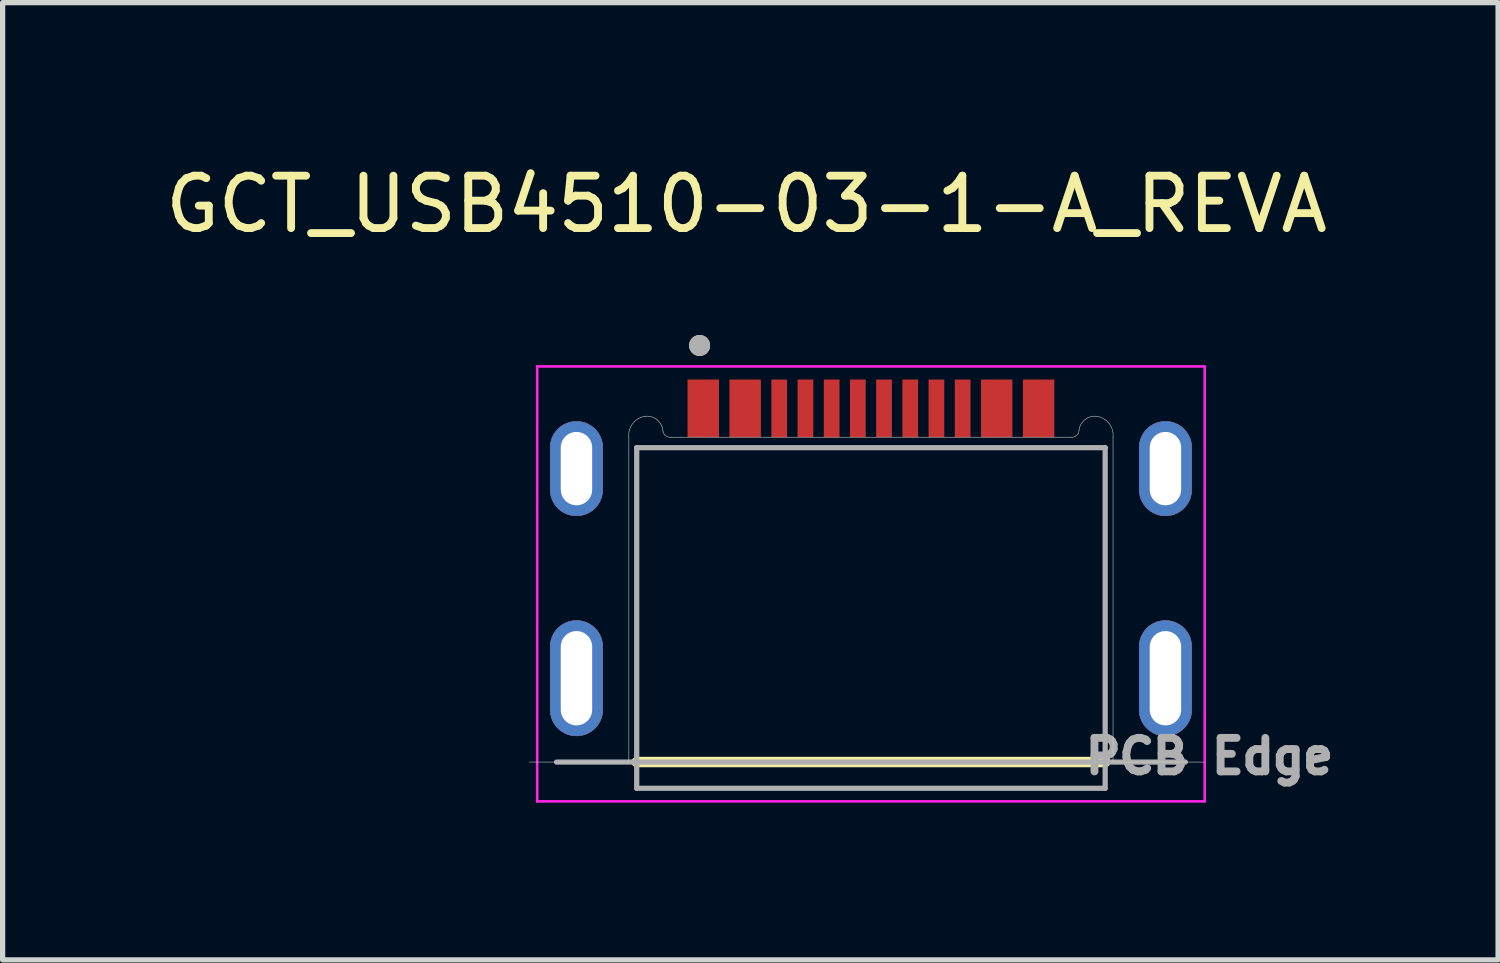
<source format=kicad_pcb>
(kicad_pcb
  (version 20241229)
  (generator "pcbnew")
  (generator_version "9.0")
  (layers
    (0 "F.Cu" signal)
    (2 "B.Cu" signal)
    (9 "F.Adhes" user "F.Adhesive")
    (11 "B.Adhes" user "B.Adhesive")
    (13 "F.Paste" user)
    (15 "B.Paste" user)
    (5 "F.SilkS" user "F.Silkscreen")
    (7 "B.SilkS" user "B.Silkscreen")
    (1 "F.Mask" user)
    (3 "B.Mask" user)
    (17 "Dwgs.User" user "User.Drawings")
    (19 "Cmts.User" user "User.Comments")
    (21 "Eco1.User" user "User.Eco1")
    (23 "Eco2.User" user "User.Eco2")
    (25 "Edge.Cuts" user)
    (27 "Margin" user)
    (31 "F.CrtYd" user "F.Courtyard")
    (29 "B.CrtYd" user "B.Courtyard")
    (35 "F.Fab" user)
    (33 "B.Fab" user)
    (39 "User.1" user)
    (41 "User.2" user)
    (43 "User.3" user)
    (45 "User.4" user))
  (footprint "GCT_USB4510-03-1-A_REVA"
    (layer "F.Cu")
    (at 13.571 9.893)
    (property "Reference" "GCT_USB4510-03-1-A_REVA" (at -2.375 -9.045 0) (layer "F.SilkS") (effects (font (size 1 1) (thickness 0.15))))
    (attr smd)
    (fp_poly (pts (xy -5.62 -3.1) (xy -5.646 -3.101) (xy -5.672 -3.103) (xy -5.698 -3.106) (xy -5.724 -3.111) (xy -5.749 -3.117) (xy -5.775 -3.124) (xy -5.799 -3.133) (xy -5.823 -3.143) (xy -5.847 -3.154) (xy -5.87 -3.167) (xy -5.892 -3.181) (xy -5.914 -3.195) (xy -5.935 -3.211) (xy -5.955 -3.228) (xy -5.974 -3.246) (xy -5.992 -3.265) (xy -6.009 -3.285) (xy -6.025 -3.306) (xy -6.039 -3.328) (xy -6.053 -3.35) (xy -6.066 -3.373) (xy -6.077 -3.397) (xy -6.087 -3.421) (xy -6.096 -3.445) (xy -6.103 -3.471) (xy -6.109 -3.496) (xy -6.114 -3.522) (xy -6.117 -3.548) (xy -6.119 -3.574) (xy -6.12 -3.6) (xy -6.12 -4.4) (xy -6.119 -4.426) (xy -6.117 -4.452) (xy -6.114 -4.478) (xy -6.109 -4.504) (xy -6.103 -4.529) (xy -6.096 -4.555) (xy -6.087 -4.579) (xy -6.077 -4.603) (xy -6.066 -4.627) (xy -6.053 -4.65) (xy -6.039 -4.672) (xy -6.025 -4.694) (xy -6.009 -4.715) (xy -5.992 -4.735) (xy -5.974 -4.754) (xy -5.955 -4.772) (xy -5.935 -4.789) (xy -5.914 -4.805) (xy -5.892 -4.819) (xy -5.87 -4.833) (xy -5.847 -4.846) (xy -5.823 -4.857) (xy -5.799 -4.867) (xy -5.775 -4.876) (xy -5.749 -4.883) (xy -5.724 -4.889) (xy -5.698 -4.894) (xy -5.672 -4.897) (xy -5.646 -4.899) (xy -5.62 -4.9) (xy -5.594 -4.899) (xy -5.568 -4.897) (xy -5.542 -4.894) (xy -5.516 -4.889) (xy -5.491 -4.883) (xy -5.465 -4.876) (xy -5.441 -4.867) (xy -5.417 -4.857) (xy -5.393 -4.846) (xy -5.37 -4.833) (xy -5.348 -4.819) (xy -5.326 -4.805) (xy -5.305 -4.789) (xy -5.285 -4.772) (xy -5.266 -4.754) (xy -5.248 -4.735) (xy -5.231 -4.715) (xy -5.215 -4.694) (xy -5.201 -4.672) (xy -5.187 -4.65) (xy -5.174 -4.627) (xy -5.163 -4.603) (xy -5.153 -4.579) (xy -5.144 -4.555) (xy -5.137 -4.529) (xy -5.131 -4.504) (xy -5.126 -4.478) (xy -5.123 -4.452) (xy -5.121 -4.426) (xy -5.12 -4.4) (xy -5.12 -3.6) (xy -5.121 -3.574) (xy -5.123 -3.548) (xy -5.126 -3.522) (xy -5.131 -3.496) (xy -5.137 -3.471) (xy -5.144 -3.445) (xy -5.153 -3.421) (xy -5.163 -3.397) (xy -5.174 -3.373) (xy -5.187 -3.35) (xy -5.201 -3.328) (xy -5.215 -3.306) (xy -5.231 -3.285) (xy -5.248 -3.265) (xy -5.266 -3.246) (xy -5.285 -3.228) (xy -5.305 -3.211) (xy -5.326 -3.195) (xy -5.348 -3.181) (xy -5.37 -3.167) (xy -5.393 -3.154) (xy -5.417 -3.143) (xy -5.441 -3.133) (xy -5.465 -3.124) (xy -5.491 -3.117) (xy -5.516 -3.111) (xy -5.542 -3.106) (xy -5.568 -3.103) (xy -5.594 -3.101) (xy -5.62 -3.1)) (stroke (width 0.01) (type solid)) (fill yes) (layer "F.Cu"))
    (fp_poly (pts (xy -5.62 1.1) (xy -5.646 1.099) (xy -5.672 1.097) (xy -5.698 1.094) (xy -5.724 1.089) (xy -5.749 1.083) (xy -5.775 1.076) (xy -5.799 1.067) (xy -5.823 1.057) (xy -5.847 1.046) (xy -5.87 1.033) (xy -5.892 1.019) (xy -5.914 1.005) (xy -5.935 0.989) (xy -5.955 0.972) (xy -5.974 0.954) (xy -5.992 0.935) (xy -6.009 0.915) (xy -6.025 0.894) (xy -6.039 0.872) (xy -6.053 0.85) (xy -6.066 0.827) (xy -6.077 0.803) (xy -6.087 0.779) (xy -6.096 0.755) (xy -6.103 0.729) (xy -6.109 0.704) (xy -6.114 0.678) (xy -6.117 0.652) (xy -6.119 0.626) (xy -6.12 0.6) (xy -6.12 -0.6) (xy -6.119 -0.626) (xy -6.117 -0.652) (xy -6.114 -0.678) (xy -6.109 -0.704) (xy -6.103 -0.729) (xy -6.096 -0.755) (xy -6.087 -0.779) (xy -6.077 -0.803) (xy -6.066 -0.827) (xy -6.053 -0.85) (xy -6.039 -0.872) (xy -6.025 -0.894) (xy -6.009 -0.915) (xy -5.992 -0.935) (xy -5.974 -0.954) (xy -5.955 -0.972) (xy -5.935 -0.989) (xy -5.914 -1.005) (xy -5.892 -1.019) (xy -5.87 -1.033) (xy -5.847 -1.046) (xy -5.823 -1.057) (xy -5.799 -1.067) (xy -5.775 -1.076) (xy -5.749 -1.083) (xy -5.724 -1.089) (xy -5.698 -1.094) (xy -5.672 -1.097) (xy -5.646 -1.099) (xy -5.62 -1.1) (xy -5.594 -1.099) (xy -5.568 -1.097) (xy -5.542 -1.094) (xy -5.516 -1.089) (xy -5.491 -1.083) (xy -5.465 -1.076) (xy -5.441 -1.067) (xy -5.417 -1.057) (xy -5.393 -1.046) (xy -5.37 -1.033) (xy -5.348 -1.019) (xy -5.326 -1.005) (xy -5.305 -0.989) (xy -5.285 -0.972) (xy -5.266 -0.954) (xy -5.248 -0.935) (xy -5.231 -0.915) (xy -5.215 -0.894) (xy -5.201 -0.872) (xy -5.187 -0.85) (xy -5.174 -0.827) (xy -5.163 -0.803) (xy -5.153 -0.779) (xy -5.144 -0.755) (xy -5.137 -0.729) (xy -5.131 -0.704) (xy -5.126 -0.678) (xy -5.123 -0.652) (xy -5.121 -0.626) (xy -5.12 -0.6) (xy -5.12 0.6) (xy -5.121 0.626) (xy -5.123 0.652) (xy -5.126 0.678) (xy -5.131 0.704) (xy -5.137 0.729) (xy -5.144 0.755) (xy -5.153 0.779) (xy -5.163 0.803) (xy -5.174 0.827) (xy -5.187 0.85) (xy -5.201 0.872) (xy -5.215 0.894) (xy -5.231 0.915) (xy -5.248 0.935) (xy -5.266 0.954) (xy -5.285 0.972) (xy -5.305 0.989) (xy -5.326 1.005) (xy -5.348 1.019) (xy -5.37 1.033) (xy -5.393 1.046) (xy -5.417 1.057) (xy -5.441 1.067) (xy -5.465 1.076) (xy -5.491 1.083) (xy -5.516 1.089) (xy -5.542 1.094) (xy -5.568 1.097) (xy -5.594 1.099) (xy -5.62 1.1)) (stroke (width 0.01) (type solid)) (fill yes) (layer "F.Cu"))
    (fp_poly (pts (xy 5.62 -3.1) (xy 5.594 -3.101) (xy 5.568 -3.103) (xy 5.542 -3.106) (xy 5.516 -3.111) (xy 5.491 -3.117) (xy 5.465 -3.124) (xy 5.441 -3.133) (xy 5.417 -3.143) (xy 5.393 -3.154) (xy 5.37 -3.167) (xy 5.348 -3.181) (xy 5.326 -3.195) (xy 5.305 -3.211) (xy 5.285 -3.228) (xy 5.266 -3.246) (xy 5.248 -3.265) (xy 5.231 -3.285) (xy 5.215 -3.306) (xy 5.201 -3.328) (xy 5.187 -3.35) (xy 5.174 -3.373) (xy 5.163 -3.397) (xy 5.153 -3.421) (xy 5.144 -3.445) (xy 5.137 -3.471) (xy 5.131 -3.496) (xy 5.126 -3.522) (xy 5.123 -3.548) (xy 5.121 -3.574) (xy 5.12 -3.6) (xy 5.12 -4.4) (xy 5.121 -4.426) (xy 5.123 -4.452) (xy 5.126 -4.478) (xy 5.131 -4.504) (xy 5.137 -4.529) (xy 5.144 -4.555) (xy 5.153 -4.579) (xy 5.163 -4.603) (xy 5.174 -4.627) (xy 5.187 -4.65) (xy 5.201 -4.672) (xy 5.215 -4.694) (xy 5.231 -4.715) (xy 5.248 -4.735) (xy 5.266 -4.754) (xy 5.285 -4.772) (xy 5.305 -4.789) (xy 5.326 -4.805) (xy 5.348 -4.819) (xy 5.37 -4.833) (xy 5.393 -4.846) (xy 5.417 -4.857) (xy 5.441 -4.867) (xy 5.465 -4.876) (xy 5.491 -4.883) (xy 5.516 -4.889) (xy 5.542 -4.894) (xy 5.568 -4.897) (xy 5.594 -4.899) (xy 5.62 -4.9) (xy 5.646 -4.899) (xy 5.672 -4.897) (xy 5.698 -4.894) (xy 5.724 -4.889) (xy 5.749 -4.883) (xy 5.775 -4.876) (xy 5.799 -4.867) (xy 5.823 -4.857) (xy 5.847 -4.846) (xy 5.87 -4.833) (xy 5.892 -4.819) (xy 5.914 -4.805) (xy 5.935 -4.789) (xy 5.955 -4.772) (xy 5.974 -4.754) (xy 5.992 -4.735) (xy 6.009 -4.715) (xy 6.025 -4.694) (xy 6.039 -4.672) (xy 6.053 -4.65) (xy 6.066 -4.627) (xy 6.077 -4.603) (xy 6.087 -4.579) (xy 6.096 -4.555) (xy 6.103 -4.529) (xy 6.109 -4.504) (xy 6.114 -4.478) (xy 6.117 -4.452) (xy 6.119 -4.426) (xy 6.12 -4.4) (xy 6.12 -3.6) (xy 6.119 -3.574) (xy 6.117 -3.548) (xy 6.114 -3.522) (xy 6.109 -3.496) (xy 6.103 -3.471) (xy 6.096 -3.445) (xy 6.087 -3.421) (xy 6.077 -3.397) (xy 6.066 -3.373) (xy 6.053 -3.35) (xy 6.039 -3.328) (xy 6.025 -3.306) (xy 6.009 -3.285) (xy 5.992 -3.265) (xy 5.974 -3.246) (xy 5.955 -3.228) (xy 5.935 -3.211) (xy 5.914 -3.195) (xy 5.892 -3.181) (xy 5.87 -3.167) (xy 5.847 -3.154) (xy 5.823 -3.143) (xy 5.799 -3.133) (xy 5.775 -3.124) (xy 5.749 -3.117) (xy 5.724 -3.111) (xy 5.698 -3.106) (xy 5.672 -3.103) (xy 5.646 -3.101) (xy 5.62 -3.1)) (stroke (width 0.01) (type solid)) (fill yes) (layer "F.Cu"))
    (fp_poly (pts (xy 5.62 1.1) (xy 5.594 1.099) (xy 5.568 1.097) (xy 5.542 1.094) (xy 5.516 1.089) (xy 5.491 1.083) (xy 5.465 1.076) (xy 5.441 1.067) (xy 5.417 1.057) (xy 5.393 1.046) (xy 5.37 1.033) (xy 5.348 1.019) (xy 5.326 1.005) (xy 5.305 0.989) (xy 5.285 0.972) (xy 5.266 0.954) (xy 5.248 0.935) (xy 5.231 0.915) (xy 5.215 0.894) (xy 5.201 0.872) (xy 5.187 0.85) (xy 5.174 0.827) (xy 5.163 0.803) (xy 5.153 0.779) (xy 5.144 0.755) (xy 5.137 0.729) (xy 5.131 0.704) (xy 5.126 0.678) (xy 5.123 0.652) (xy 5.121 0.626) (xy 5.12 0.6) (xy 5.12 -0.6) (xy 5.121 -0.626) (xy 5.123 -0.652) (xy 5.126 -0.678) (xy 5.131 -0.704) (xy 5.137 -0.729) (xy 5.144 -0.755) (xy 5.153 -0.779) (xy 5.163 -0.803) (xy 5.174 -0.827) (xy 5.187 -0.85) (xy 5.201 -0.872) (xy 5.215 -0.894) (xy 5.231 -0.915) (xy 5.248 -0.935) (xy 5.266 -0.954) (xy 5.285 -0.972) (xy 5.305 -0.989) (xy 5.326 -1.005) (xy 5.348 -1.019) (xy 5.37 -1.033) (xy 5.393 -1.046) (xy 5.417 -1.057) (xy 5.441 -1.067) (xy 5.465 -1.076) (xy 5.491 -1.083) (xy 5.516 -1.089) (xy 5.542 -1.094) (xy 5.568 -1.097) (xy 5.594 -1.099) (xy 5.62 -1.1) (xy 5.646 -1.099) (xy 5.672 -1.097) (xy 5.698 -1.094) (xy 5.724 -1.089) (xy 5.749 -1.083) (xy 5.775 -1.076) (xy 5.799 -1.067) (xy 5.823 -1.057) (xy 5.847 -1.046) (xy 5.87 -1.033) (xy 5.892 -1.019) (xy 5.914 -1.005) (xy 5.935 -0.989) (xy 5.955 -0.972) (xy 5.974 -0.954) (xy 5.992 -0.935) (xy 6.009 -0.915) (xy 6.025 -0.894) (xy 6.039 -0.872) (xy 6.053 -0.85) (xy 6.066 -0.827) (xy 6.077 -0.803) (xy 6.087 -0.779) (xy 6.096 -0.755) (xy 6.103 -0.729) (xy 6.109 -0.704) (xy 6.114 -0.678) (xy 6.117 -0.652) (xy 6.119 -0.626) (xy 6.12 -0.6) (xy 6.12 0.6) (xy 6.119 0.626) (xy 6.117 0.652) (xy 6.114 0.678) (xy 6.109 0.704) (xy 6.103 0.729) (xy 6.096 0.755) (xy 6.087 0.779) (xy 6.077 0.803) (xy 6.066 0.827) (xy 6.053 0.85) (xy 6.039 0.872) (xy 6.025 0.894) (xy 6.009 0.915) (xy 5.992 0.935) (xy 5.974 0.954) (xy 5.955 0.972) (xy 5.935 0.989) (xy 5.914 1.005) (xy 5.892 1.019) (xy 5.87 1.033) (xy 5.847 1.046) (xy 5.823 1.057) (xy 5.799 1.067) (xy 5.775 1.076) (xy 5.749 1.083) (xy 5.724 1.089) (xy 5.698 1.094) (xy 5.672 1.097) (xy 5.646 1.099) (xy 5.62 1.1)) (stroke (width 0.01) (type solid)) (fill yes) (layer "F.Cu"))
    (fp_poly (pts (xy -6.22 -3.6) (xy -6.22 -4.4) (xy -6.219 -4.431) (xy -6.217 -4.463) (xy -6.213 -4.494) (xy -6.207 -4.525) (xy -6.2 -4.555) (xy -6.191 -4.585) (xy -6.18 -4.615) (xy -6.168 -4.644) (xy -6.155 -4.672) (xy -6.14 -4.7) (xy -6.123 -4.727) (xy -6.105 -4.753) (xy -6.086 -4.778) (xy -6.066 -4.801) (xy -6.044 -4.824) (xy -6.021 -4.846) (xy -5.998 -4.866) (xy -5.973 -4.885) (xy -5.947 -4.903) (xy -5.92 -4.92) (xy -5.892 -4.935) (xy -5.864 -4.948) (xy -5.835 -4.96) (xy -5.805 -4.971) (xy -5.775 -4.98) (xy -5.745 -4.987) (xy -5.714 -4.993) (xy -5.683 -4.997) (xy -5.651 -4.999) (xy -5.62 -5) (xy -5.589 -4.999) (xy -5.557 -4.997) (xy -5.526 -4.993) (xy -5.495 -4.987) (xy -5.465 -4.98) (xy -5.435 -4.971) (xy -5.405 -4.96) (xy -5.376 -4.948) (xy -5.348 -4.935) (xy -5.32 -4.92) (xy -5.293 -4.903) (xy -5.267 -4.885) (xy -5.242 -4.866) (xy -5.219 -4.846) (xy -5.196 -4.824) (xy -5.174 -4.801) (xy -5.154 -4.778) (xy -5.135 -4.753) (xy -5.117 -4.727) (xy -5.1 -4.7) (xy -5.085 -4.672) (xy -5.072 -4.644) (xy -5.06 -4.615) (xy -5.049 -4.585) (xy -5.04 -4.555) (xy -5.033 -4.525) (xy -5.027 -4.494) (xy -5.023 -4.463) (xy -5.021 -4.431) (xy -5.02 -4.4) (xy -5.02 -3.6) (xy -5.021 -3.569) (xy -5.023 -3.537) (xy -5.027 -3.506) (xy -5.033 -3.475) (xy -5.04 -3.445) (xy -5.049 -3.415) (xy -5.06 -3.385) (xy -5.072 -3.356) (xy -5.085 -3.328) (xy -5.1 -3.3) (xy -5.117 -3.273) (xy -5.135 -3.247) (xy -5.154 -3.222) (xy -5.174 -3.199) (xy -5.196 -3.176) (xy -5.219 -3.154) (xy -5.242 -3.134) (xy -5.267 -3.115) (xy -5.293 -3.097) (xy -5.32 -3.08) (xy -5.348 -3.065) (xy -5.376 -3.052) (xy -5.405 -3.04) (xy -5.435 -3.029) (xy -5.465 -3.02) (xy -5.495 -3.013) (xy -5.526 -3.007) (xy -5.557 -3.003) (xy -5.589 -3.001) (xy -5.62 -3) (xy -5.651 -3.001) (xy -5.683 -3.003) (xy -5.714 -3.007) (xy -5.745 -3.013) (xy -5.775 -3.02) (xy -5.805 -3.029) (xy -5.835 -3.04) (xy -5.864 -3.052) (xy -5.892 -3.065) (xy -5.92 -3.08) (xy -5.947 -3.097) (xy -5.973 -3.115) (xy -5.998 -3.134) (xy -6.021 -3.154) (xy -6.044 -3.176) (xy -6.066 -3.199) (xy -6.086 -3.222) (xy -6.105 -3.247) (xy -6.123 -3.273) (xy -6.14 -3.3) (xy -6.155 -3.328) (xy -6.168 -3.356) (xy -6.18 -3.385) (xy -6.191 -3.415) (xy -6.2 -3.445) (xy -6.207 -3.475) (xy -6.213 -3.506) (xy -6.217 -3.537) (xy -6.219 -3.569) (xy -6.22 -3.6)) (stroke (width 0.01) (type solid)) (fill yes) (layer "F.Mask"))
    (fp_poly (pts (xy -6.22 0.6) (xy -6.22 -0.6) (xy -6.219 -0.631) (xy -6.217 -0.663) (xy -6.213 -0.694) (xy -6.207 -0.725) (xy -6.2 -0.755) (xy -6.191 -0.785) (xy -6.18 -0.815) (xy -6.168 -0.844) (xy -6.155 -0.872) (xy -6.14 -0.9) (xy -6.123 -0.927) (xy -6.105 -0.953) (xy -6.086 -0.978) (xy -6.066 -1.001) (xy -6.044 -1.024) (xy -6.021 -1.046) (xy -5.998 -1.066) (xy -5.973 -1.085) (xy -5.947 -1.103) (xy -5.92 -1.12) (xy -5.892 -1.135) (xy -5.864 -1.148) (xy -5.835 -1.16) (xy -5.805 -1.171) (xy -5.775 -1.18) (xy -5.745 -1.187) (xy -5.714 -1.193) (xy -5.683 -1.197) (xy -5.651 -1.199) (xy -5.62 -1.2) (xy -5.589 -1.199) (xy -5.557 -1.197) (xy -5.526 -1.193) (xy -5.495 -1.187) (xy -5.465 -1.18) (xy -5.435 -1.171) (xy -5.405 -1.16) (xy -5.376 -1.148) (xy -5.348 -1.135) (xy -5.32 -1.12) (xy -5.293 -1.103) (xy -5.267 -1.085) (xy -5.242 -1.066) (xy -5.219 -1.046) (xy -5.196 -1.024) (xy -5.174 -1.001) (xy -5.154 -0.978) (xy -5.135 -0.953) (xy -5.117 -0.927) (xy -5.1 -0.9) (xy -5.085 -0.872) (xy -5.072 -0.844) (xy -5.06 -0.815) (xy -5.049 -0.785) (xy -5.04 -0.755) (xy -5.033 -0.725) (xy -5.027 -0.694) (xy -5.023 -0.663) (xy -5.021 -0.631) (xy -5.02 -0.6) (xy -5.02 0.6) (xy -5.021 0.631) (xy -5.023 0.663) (xy -5.027 0.694) (xy -5.033 0.725) (xy -5.04 0.755) (xy -5.049 0.785) (xy -5.06 0.815) (xy -5.072 0.844) (xy -5.085 0.872) (xy -5.1 0.9) (xy -5.117 0.927) (xy -5.135 0.953) (xy -5.154 0.978) (xy -5.174 1.001) (xy -5.196 1.024) (xy -5.219 1.046) (xy -5.242 1.066) (xy -5.267 1.085) (xy -5.293 1.103) (xy -5.32 1.12) (xy -5.348 1.135) (xy -5.376 1.148) (xy -5.405 1.16) (xy -5.435 1.171) (xy -5.465 1.18) (xy -5.495 1.187) (xy -5.526 1.193) (xy -5.557 1.197) (xy -5.589 1.199) (xy -5.62 1.2) (xy -5.651 1.199) (xy -5.683 1.197) (xy -5.714 1.193) (xy -5.745 1.187) (xy -5.775 1.18) (xy -5.805 1.171) (xy -5.835 1.16) (xy -5.864 1.148) (xy -5.892 1.135) (xy -5.92 1.12) (xy -5.947 1.103) (xy -5.973 1.085) (xy -5.998 1.066) (xy -6.021 1.046) (xy -6.044 1.024) (xy -6.066 1.001) (xy -6.086 0.978) (xy -6.105 0.953) (xy -6.123 0.927) (xy -6.14 0.9) (xy -6.155 0.872) (xy -6.168 0.844) (xy -6.18 0.815) (xy -6.191 0.785) (xy -6.2 0.755) (xy -6.207 0.725) (xy -6.213 0.694) (xy -6.217 0.663) (xy -6.219 0.631) (xy -6.22 0.6)) (stroke (width 0.01) (type solid)) (fill yes) (layer "F.Mask"))
    (fp_poly (pts (xy 5.02 -3.6) (xy 5.02 -4.4) (xy 5.021 -4.431) (xy 5.023 -4.463) (xy 5.027 -4.494) (xy 5.033 -4.525) (xy 5.04 -4.555) (xy 5.049 -4.585) (xy 5.06 -4.615) (xy 5.072 -4.644) (xy 5.085 -4.672) (xy 5.1 -4.7) (xy 5.117 -4.727) (xy 5.135 -4.753) (xy 5.154 -4.778) (xy 5.174 -4.801) (xy 5.196 -4.824) (xy 5.219 -4.846) (xy 5.242 -4.866) (xy 5.267 -4.885) (xy 5.293 -4.903) (xy 5.32 -4.92) (xy 5.348 -4.935) (xy 5.376 -4.948) (xy 5.405 -4.96) (xy 5.435 -4.971) (xy 5.465 -4.98) (xy 5.495 -4.987) (xy 5.526 -4.993) (xy 5.557 -4.997) (xy 5.589 -4.999) (xy 5.62 -5) (xy 5.651 -4.999) (xy 5.683 -4.997) (xy 5.714 -4.993) (xy 5.745 -4.987) (xy 5.775 -4.98) (xy 5.805 -4.971) (xy 5.835 -4.96) (xy 5.864 -4.948) (xy 5.892 -4.935) (xy 5.92 -4.92) (xy 5.947 -4.903) (xy 5.973 -4.885) (xy 5.998 -4.866) (xy 6.021 -4.846) (xy 6.044 -4.824) (xy 6.066 -4.801) (xy 6.086 -4.778) (xy 6.105 -4.753) (xy 6.123 -4.727) (xy 6.14 -4.7) (xy 6.155 -4.672) (xy 6.168 -4.644) (xy 6.18 -4.615) (xy 6.191 -4.585) (xy 6.2 -4.555) (xy 6.207 -4.525) (xy 6.213 -4.494) (xy 6.217 -4.463) (xy 6.219 -4.431) (xy 6.22 -4.4) (xy 6.22 -3.6) (xy 6.219 -3.569) (xy 6.217 -3.537) (xy 6.213 -3.506) (xy 6.207 -3.475) (xy 6.2 -3.445) (xy 6.191 -3.415) (xy 6.18 -3.385) (xy 6.168 -3.356) (xy 6.155 -3.328) (xy 6.14 -3.3) (xy 6.123 -3.273) (xy 6.105 -3.247) (xy 6.086 -3.222) (xy 6.066 -3.199) (xy 6.044 -3.176) (xy 6.021 -3.154) (xy 5.998 -3.134) (xy 5.973 -3.115) (xy 5.947 -3.097) (xy 5.92 -3.08) (xy 5.892 -3.065) (xy 5.864 -3.052) (xy 5.835 -3.04) (xy 5.805 -3.029) (xy 5.775 -3.02) (xy 5.745 -3.013) (xy 5.714 -3.007) (xy 5.683 -3.003) (xy 5.651 -3.001) (xy 5.62 -3) (xy 5.589 -3.001) (xy 5.557 -3.003) (xy 5.526 -3.007) (xy 5.495 -3.013) (xy 5.465 -3.02) (xy 5.435 -3.029) (xy 5.405 -3.04) (xy 5.376 -3.052) (xy 5.348 -3.065) (xy 5.32 -3.08) (xy 5.293 -3.097) (xy 5.267 -3.115) (xy 5.242 -3.134) (xy 5.219 -3.154) (xy 5.196 -3.176) (xy 5.174 -3.199) (xy 5.154 -3.222) (xy 5.135 -3.247) (xy 5.117 -3.273) (xy 5.1 -3.3) (xy 5.085 -3.328) (xy 5.072 -3.356) (xy 5.06 -3.385) (xy 5.049 -3.415) (xy 5.04 -3.445) (xy 5.033 -3.475) (xy 5.027 -3.506) (xy 5.023 -3.537) (xy 5.021 -3.569) (xy 5.02 -3.6)) (stroke (width 0.01) (type solid)) (fill yes) (layer "F.Mask"))
    (fp_poly (pts (xy 5.02 0) (xy 5.02 -0.6) (xy 5.021 -0.631) (xy 5.023 -0.663) (xy 5.027 -0.694) (xy 5.033 -0.725) (xy 5.04 -0.755) (xy 5.049 -0.785) (xy 5.06 -0.815) (xy 5.072 -0.844) (xy 5.085 -0.872) (xy 5.1 -0.9) (xy 5.117 -0.927) (xy 5.135 -0.953) (xy 5.154 -0.978) (xy 5.174 -1.001) (xy 5.196 -1.024) (xy 5.219 -1.046) (xy 5.242 -1.066) (xy 5.267 -1.085) (xy 5.293 -1.103) (xy 5.32 -1.12) (xy 5.348 -1.135) (xy 5.376 -1.148) (xy 5.405 -1.16) (xy 5.435 -1.171) (xy 5.465 -1.18) (xy 5.495 -1.187) (xy 5.526 -1.193) (xy 5.557 -1.197) (xy 5.589 -1.199) (xy 5.62 -1.2) (xy 5.651 -1.199) (xy 5.683 -1.197) (xy 5.714 -1.193) (xy 5.745 -1.187) (xy 5.775 -1.18) (xy 5.805 -1.171) (xy 5.835 -1.16) (xy 5.864 -1.148) (xy 5.892 -1.135) (xy 5.92 -1.12) (xy 5.947 -1.103) (xy 5.973 -1.085) (xy 5.998 -1.066) (xy 6.021 -1.046) (xy 6.044 -1.024) (xy 6.066 -1.001) (xy 6.086 -0.978) (xy 6.105 -0.953) (xy 6.123 -0.927) (xy 6.14 -0.9) (xy 6.155 -0.872) (xy 6.168 -0.844) (xy 6.18 -0.815) (xy 6.191 -0.785) (xy 6.2 -0.755) (xy 6.207 -0.725) (xy 6.213 -0.694) (xy 6.217 -0.663) (xy 6.219 -0.631) (xy 6.22 -0.6) (xy 6.22 0) (xy 6.22 0.6) (xy 6.219 0.631) (xy 6.217 0.663) (xy 6.213 0.694) (xy 6.207 0.725) (xy 6.2 0.755) (xy 6.191 0.785) (xy 6.18 0.815) (xy 6.168 0.844) (xy 6.155 0.872) (xy 6.14 0.9) (xy 6.123 0.927) (xy 6.105 0.953) (xy 6.086 0.978) (xy 6.066 1.001) (xy 6.044 1.024) (xy 6.021 1.046) (xy 5.998 1.066) (xy 5.973 1.085) (xy 5.947 1.103) (xy 5.92 1.12) (xy 5.892 1.135) (xy 5.864 1.148) (xy 5.835 1.16) (xy 5.805 1.171) (xy 5.775 1.18) (xy 5.745 1.187) (xy 5.714 1.193) (xy 5.683 1.197) (xy 5.651 1.199) (xy 5.62 1.2) (xy 5.589 1.199) (xy 5.557 1.197) (xy 5.526 1.193) (xy 5.495 1.187) (xy 5.465 1.18) (xy 5.435 1.171) (xy 5.405 1.16) (xy 5.376 1.148) (xy 5.348 1.135) (xy 5.32 1.12) (xy 5.293 1.103) (xy 5.267 1.085) (xy 5.242 1.066) (xy 5.219 1.046) (xy 5.196 1.024) (xy 5.174 1.001) (xy 5.154 0.978) (xy 5.135 0.953) (xy 5.117 0.927) (xy 5.1 0.9) (xy 5.085 0.872) (xy 5.072 0.844) (xy 5.06 0.815) (xy 5.049 0.785) (xy 5.04 0.755) (xy 5.033 0.725) (xy 5.027 0.694) (xy 5.023 0.663) (xy 5.021 0.631) (xy 5.02 0.6) (xy 5.02 0)) (stroke (width 0.01) (type solid)) (fill yes) (layer "F.Mask"))
    (fp_poly (pts (xy -5.62 -3.1) (xy -5.646 -3.101) (xy -5.672 -3.103) (xy -5.698 -3.106) (xy -5.724 -3.111) (xy -5.749 -3.117) (xy -5.775 -3.124) (xy -5.799 -3.133) (xy -5.823 -3.143) (xy -5.847 -3.154) (xy -5.87 -3.167) (xy -5.892 -3.181) (xy -5.914 -3.195) (xy -5.935 -3.211) (xy -5.955 -3.228) (xy -5.974 -3.246) (xy -5.992 -3.265) (xy -6.009 -3.285) (xy -6.025 -3.306) (xy -6.039 -3.328) (xy -6.053 -3.35) (xy -6.066 -3.373) (xy -6.077 -3.397) (xy -6.087 -3.421) (xy -6.096 -3.445) (xy -6.103 -3.471) (xy -6.109 -3.496) (xy -6.114 -3.522) (xy -6.117 -3.548) (xy -6.119 -3.574) (xy -6.12 -3.6) (xy -6.12 -4.4) (xy -6.119 -4.426) (xy -6.117 -4.452) (xy -6.114 -4.478) (xy -6.109 -4.504) (xy -6.103 -4.529) (xy -6.096 -4.555) (xy -6.087 -4.579) (xy -6.077 -4.603) (xy -6.066 -4.627) (xy -6.053 -4.65) (xy -6.039 -4.672) (xy -6.025 -4.694) (xy -6.009 -4.715) (xy -5.992 -4.735) (xy -5.974 -4.754) (xy -5.955 -4.772) (xy -5.935 -4.789) (xy -5.914 -4.805) (xy -5.892 -4.819) (xy -5.87 -4.833) (xy -5.847 -4.846) (xy -5.823 -4.857) (xy -5.799 -4.867) (xy -5.775 -4.876) (xy -5.749 -4.883) (xy -5.724 -4.889) (xy -5.698 -4.894) (xy -5.672 -4.897) (xy -5.646 -4.899) (xy -5.62 -4.9) (xy -5.594 -4.899) (xy -5.568 -4.897) (xy -5.542 -4.894) (xy -5.516 -4.889) (xy -5.491 -4.883) (xy -5.465 -4.876) (xy -5.441 -4.867) (xy -5.417 -4.857) (xy -5.393 -4.846) (xy -5.37 -4.833) (xy -5.348 -4.819) (xy -5.326 -4.805) (xy -5.305 -4.789) (xy -5.285 -4.772) (xy -5.266 -4.754) (xy -5.248 -4.735) (xy -5.231 -4.715) (xy -5.215 -4.694) (xy -5.201 -4.672) (xy -5.187 -4.65) (xy -5.174 -4.627) (xy -5.163 -4.603) (xy -5.153 -4.579) (xy -5.144 -4.555) (xy -5.137 -4.529) (xy -5.131 -4.504) (xy -5.126 -4.478) (xy -5.123 -4.452) (xy -5.121 -4.426) (xy -5.12 -4.4) (xy -5.12 -3.6) (xy -5.121 -3.574) (xy -5.123 -3.548) (xy -5.126 -3.522) (xy -5.131 -3.496) (xy -5.137 -3.471) (xy -5.144 -3.445) (xy -5.153 -3.421) (xy -5.163 -3.397) (xy -5.174 -3.373) (xy -5.187 -3.35) (xy -5.201 -3.328) (xy -5.215 -3.306) (xy -5.231 -3.285) (xy -5.248 -3.265) (xy -5.266 -3.246) (xy -5.285 -3.228) (xy -5.305 -3.211) (xy -5.326 -3.195) (xy -5.348 -3.181) (xy -5.37 -3.167) (xy -5.393 -3.154) (xy -5.417 -3.143) (xy -5.441 -3.133) (xy -5.465 -3.124) (xy -5.491 -3.117) (xy -5.516 -3.111) (xy -5.542 -3.106) (xy -5.568 -3.103) (xy -5.594 -3.101) (xy -5.62 -3.1)) (stroke (width 0.01) (type solid)) (fill yes) (layer "B.Cu"))
    (fp_poly (pts (xy -5.62 1.1) (xy -5.646 1.099) (xy -5.672 1.097) (xy -5.698 1.094) (xy -5.724 1.089) (xy -5.749 1.083) (xy -5.775 1.076) (xy -5.799 1.067) (xy -5.823 1.057) (xy -5.847 1.046) (xy -5.87 1.033) (xy -5.892 1.019) (xy -5.914 1.005) (xy -5.935 0.989) (xy -5.955 0.972) (xy -5.974 0.954) (xy -5.992 0.935) (xy -6.009 0.915) (xy -6.025 0.894) (xy -6.039 0.872) (xy -6.053 0.85) (xy -6.066 0.827) (xy -6.077 0.803) (xy -6.087 0.779) (xy -6.096 0.755) (xy -6.103 0.729) (xy -6.109 0.704) (xy -6.114 0.678) (xy -6.117 0.652) (xy -6.119 0.626) (xy -6.12 0.6) (xy -6.12 -0.6) (xy -6.119 -0.626) (xy -6.117 -0.652) (xy -6.114 -0.678) (xy -6.109 -0.704) (xy -6.103 -0.729) (xy -6.096 -0.755) (xy -6.087 -0.779) (xy -6.077 -0.803) (xy -6.066 -0.827) (xy -6.053 -0.85) (xy -6.039 -0.872) (xy -6.025 -0.894) (xy -6.009 -0.915) (xy -5.992 -0.935) (xy -5.974 -0.954) (xy -5.955 -0.972) (xy -5.935 -0.989) (xy -5.914 -1.005) (xy -5.892 -1.019) (xy -5.87 -1.033) (xy -5.847 -1.046) (xy -5.823 -1.057) (xy -5.799 -1.067) (xy -5.775 -1.076) (xy -5.749 -1.083) (xy -5.724 -1.089) (xy -5.698 -1.094) (xy -5.672 -1.097) (xy -5.646 -1.099) (xy -5.62 -1.1) (xy -5.594 -1.099) (xy -5.568 -1.097) (xy -5.542 -1.094) (xy -5.516 -1.089) (xy -5.491 -1.083) (xy -5.465 -1.076) (xy -5.441 -1.067) (xy -5.417 -1.057) (xy -5.393 -1.046) (xy -5.37 -1.033) (xy -5.348 -1.019) (xy -5.326 -1.005) (xy -5.305 -0.989) (xy -5.285 -0.972) (xy -5.266 -0.954) (xy -5.248 -0.935) (xy -5.231 -0.915) (xy -5.215 -0.894) (xy -5.201 -0.872) (xy -5.187 -0.85) (xy -5.174 -0.827) (xy -5.163 -0.803) (xy -5.153 -0.779) (xy -5.144 -0.755) (xy -5.137 -0.729) (xy -5.131 -0.704) (xy -5.126 -0.678) (xy -5.123 -0.652) (xy -5.121 -0.626) (xy -5.12 -0.6) (xy -5.12 0.6) (xy -5.121 0.626) (xy -5.123 0.652) (xy -5.126 0.678) (xy -5.131 0.704) (xy -5.137 0.729) (xy -5.144 0.755) (xy -5.153 0.779) (xy -5.163 0.803) (xy -5.174 0.827) (xy -5.187 0.85) (xy -5.201 0.872) (xy -5.215 0.894) (xy -5.231 0.915) (xy -5.248 0.935) (xy -5.266 0.954) (xy -5.285 0.972) (xy -5.305 0.989) (xy -5.326 1.005) (xy -5.348 1.019) (xy -5.37 1.033) (xy -5.393 1.046) (xy -5.417 1.057) (xy -5.441 1.067) (xy -5.465 1.076) (xy -5.491 1.083) (xy -5.516 1.089) (xy -5.542 1.094) (xy -5.568 1.097) (xy -5.594 1.099) (xy -5.62 1.1)) (stroke (width 0.01) (type solid)) (fill yes) (layer "B.Cu"))
    (fp_poly (pts (xy 5.62 -3.1) (xy 5.594 -3.101) (xy 5.568 -3.103) (xy 5.542 -3.106) (xy 5.516 -3.111) (xy 5.491 -3.117) (xy 5.465 -3.124) (xy 5.441 -3.133) (xy 5.417 -3.143) (xy 5.393 -3.154) (xy 5.37 -3.167) (xy 5.348 -3.181) (xy 5.326 -3.195) (xy 5.305 -3.211) (xy 5.285 -3.228) (xy 5.266 -3.246) (xy 5.248 -3.265) (xy 5.231 -3.285) (xy 5.215 -3.306) (xy 5.201 -3.328) (xy 5.187 -3.35) (xy 5.174 -3.373) (xy 5.163 -3.397) (xy 5.153 -3.421) (xy 5.144 -3.445) (xy 5.137 -3.471) (xy 5.131 -3.496) (xy 5.126 -3.522) (xy 5.123 -3.548) (xy 5.121 -3.574) (xy 5.12 -3.6) (xy 5.12 -4.4) (xy 5.121 -4.426) (xy 5.123 -4.452) (xy 5.126 -4.478) (xy 5.131 -4.504) (xy 5.137 -4.529) (xy 5.144 -4.555) (xy 5.153 -4.579) (xy 5.163 -4.603) (xy 5.174 -4.627) (xy 5.187 -4.65) (xy 5.201 -4.672) (xy 5.215 -4.694) (xy 5.231 -4.715) (xy 5.248 -4.735) (xy 5.266 -4.754) (xy 5.285 -4.772) (xy 5.305 -4.789) (xy 5.326 -4.805) (xy 5.348 -4.819) (xy 5.37 -4.833) (xy 5.393 -4.846) (xy 5.417 -4.857) (xy 5.441 -4.867) (xy 5.465 -4.876) (xy 5.491 -4.883) (xy 5.516 -4.889) (xy 5.542 -4.894) (xy 5.568 -4.897) (xy 5.594 -4.899) (xy 5.62 -4.9) (xy 5.646 -4.899) (xy 5.672 -4.897) (xy 5.698 -4.894) (xy 5.724 -4.889) (xy 5.749 -4.883) (xy 5.775 -4.876) (xy 5.799 -4.867) (xy 5.823 -4.857) (xy 5.847 -4.846) (xy 5.87 -4.833) (xy 5.892 -4.819) (xy 5.914 -4.805) (xy 5.935 -4.789) (xy 5.955 -4.772) (xy 5.974 -4.754) (xy 5.992 -4.735) (xy 6.009 -4.715) (xy 6.025 -4.694) (xy 6.039 -4.672) (xy 6.053 -4.65) (xy 6.066 -4.627) (xy 6.077 -4.603) (xy 6.087 -4.579) (xy 6.096 -4.555) (xy 6.103 -4.529) (xy 6.109 -4.504) (xy 6.114 -4.478) (xy 6.117 -4.452) (xy 6.119 -4.426) (xy 6.12 -4.4) (xy 6.12 -3.6) (xy 6.119 -3.574) (xy 6.117 -3.548) (xy 6.114 -3.522) (xy 6.109 -3.496) (xy 6.103 -3.471) (xy 6.096 -3.445) (xy 6.087 -3.421) (xy 6.077 -3.397) (xy 6.066 -3.373) (xy 6.053 -3.35) (xy 6.039 -3.328) (xy 6.025 -3.306) (xy 6.009 -3.285) (xy 5.992 -3.265) (xy 5.974 -3.246) (xy 5.955 -3.228) (xy 5.935 -3.211) (xy 5.914 -3.195) (xy 5.892 -3.181) (xy 5.87 -3.167) (xy 5.847 -3.154) (xy 5.823 -3.143) (xy 5.799 -3.133) (xy 5.775 -3.124) (xy 5.749 -3.117) (xy 5.724 -3.111) (xy 5.698 -3.106) (xy 5.672 -3.103) (xy 5.646 -3.101) (xy 5.62 -3.1)) (stroke (width 0.01) (type solid)) (fill yes) (layer "B.Cu"))
    (fp_poly (pts (xy 5.62 1.1) (xy 5.594 1.099) (xy 5.568 1.097) (xy 5.542 1.094) (xy 5.516 1.089) (xy 5.491 1.083) (xy 5.465 1.076) (xy 5.441 1.067) (xy 5.417 1.057) (xy 5.393 1.046) (xy 5.37 1.033) (xy 5.348 1.019) (xy 5.326 1.005) (xy 5.305 0.989) (xy 5.285 0.972) (xy 5.266 0.954) (xy 5.248 0.935) (xy 5.231 0.915) (xy 5.215 0.894) (xy 5.201 0.872) (xy 5.187 0.85) (xy 5.174 0.827) (xy 5.163 0.803) (xy 5.153 0.779) (xy 5.144 0.755) (xy 5.137 0.729) (xy 5.131 0.704) (xy 5.126 0.678) (xy 5.123 0.652) (xy 5.121 0.626) (xy 5.12 0.6) (xy 5.12 -0.6) (xy 5.121 -0.626) (xy 5.123 -0.652) (xy 5.126 -0.678) (xy 5.131 -0.704) (xy 5.137 -0.729) (xy 5.144 -0.755) (xy 5.153 -0.779) (xy 5.163 -0.803) (xy 5.174 -0.827) (xy 5.187 -0.85) (xy 5.201 -0.872) (xy 5.215 -0.894) (xy 5.231 -0.915) (xy 5.248 -0.935) (xy 5.266 -0.954) (xy 5.285 -0.972) (xy 5.305 -0.989) (xy 5.326 -1.005) (xy 5.348 -1.019) (xy 5.37 -1.033) (xy 5.393 -1.046) (xy 5.417 -1.057) (xy 5.441 -1.067) (xy 5.465 -1.076) (xy 5.491 -1.083) (xy 5.516 -1.089) (xy 5.542 -1.094) (xy 5.568 -1.097) (xy 5.594 -1.099) (xy 5.62 -1.1) (xy 5.646 -1.099) (xy 5.672 -1.097) (xy 5.698 -1.094) (xy 5.724 -1.089) (xy 5.749 -1.083) (xy 5.775 -1.076) (xy 5.799 -1.067) (xy 5.823 -1.057) (xy 5.847 -1.046) (xy 5.87 -1.033) (xy 5.892 -1.019) (xy 5.914 -1.005) (xy 5.935 -0.989) (xy 5.955 -0.972) (xy 5.974 -0.954) (xy 5.992 -0.935) (xy 6.009 -0.915) (xy 6.025 -0.894) (xy 6.039 -0.872) (xy 6.053 -0.85) (xy 6.066 -0.827) (xy 6.077 -0.803) (xy 6.087 -0.779) (xy 6.096 -0.755) (xy 6.103 -0.729) (xy 6.109 -0.704) (xy 6.114 -0.678) (xy 6.117 -0.652) (xy 6.119 -0.626) (xy 6.12 -0.6) (xy 6.12 0.6) (xy 6.119 0.626) (xy 6.117 0.652) (xy 6.114 0.678) (xy 6.109 0.704) (xy 6.103 0.729) (xy 6.096 0.755) (xy 6.087 0.779) (xy 6.077 0.803) (xy 6.066 0.827) (xy 6.053 0.85) (xy 6.039 0.872) (xy 6.025 0.894) (xy 6.009 0.915) (xy 5.992 0.935) (xy 5.974 0.954) (xy 5.955 0.972) (xy 5.935 0.989) (xy 5.914 1.005) (xy 5.892 1.019) (xy 5.87 1.033) (xy 5.847 1.046) (xy 5.823 1.057) (xy 5.799 1.067) (xy 5.775 1.076) (xy 5.749 1.083) (xy 5.724 1.089) (xy 5.698 1.094) (xy 5.672 1.097) (xy 5.646 1.099) (xy 5.62 1.1)) (stroke (width 0.01) (type solid)) (fill yes) (layer "B.Cu"))
    (fp_poly (pts (xy -6.22 -3.6) (xy -6.22 -4.4) (xy -6.219 -4.431) (xy -6.217 -4.463) (xy -6.213 -4.494) (xy -6.207 -4.525) (xy -6.2 -4.555) (xy -6.191 -4.585) (xy -6.18 -4.615) (xy -6.168 -4.644) (xy -6.155 -4.672) (xy -6.14 -4.7) (xy -6.123 -4.727) (xy -6.105 -4.753) (xy -6.086 -4.778) (xy -6.066 -4.801) (xy -6.044 -4.824) (xy -6.021 -4.846) (xy -5.998 -4.866) (xy -5.973 -4.885) (xy -5.947 -4.903) (xy -5.92 -4.92) (xy -5.892 -4.935) (xy -5.864 -4.948) (xy -5.835 -4.96) (xy -5.805 -4.971) (xy -5.775 -4.98) (xy -5.745 -4.987) (xy -5.714 -4.993) (xy -5.683 -4.997) (xy -5.651 -4.999) (xy -5.62 -5) (xy -5.589 -4.999) (xy -5.557 -4.997) (xy -5.526 -4.993) (xy -5.495 -4.987) (xy -5.465 -4.98) (xy -5.435 -4.971) (xy -5.405 -4.96) (xy -5.376 -4.948) (xy -5.348 -4.935) (xy -5.32 -4.92) (xy -5.293 -4.903) (xy -5.267 -4.885) (xy -5.242 -4.866) (xy -5.219 -4.846) (xy -5.196 -4.824) (xy -5.174 -4.801) (xy -5.154 -4.778) (xy -5.135 -4.753) (xy -5.117 -4.727) (xy -5.1 -4.7) (xy -5.085 -4.672) (xy -5.072 -4.644) (xy -5.06 -4.615) (xy -5.049 -4.585) (xy -5.04 -4.555) (xy -5.033 -4.525) (xy -5.027 -4.494) (xy -5.023 -4.463) (xy -5.021 -4.431) (xy -5.02 -4.4) (xy -5.02 -3.6) (xy -5.021 -3.569) (xy -5.023 -3.537) (xy -5.027 -3.506) (xy -5.033 -3.475) (xy -5.04 -3.445) (xy -5.049 -3.415) (xy -5.06 -3.385) (xy -5.072 -3.356) (xy -5.085 -3.328) (xy -5.1 -3.3) (xy -5.117 -3.273) (xy -5.135 -3.247) (xy -5.154 -3.222) (xy -5.174 -3.199) (xy -5.196 -3.176) (xy -5.219 -3.154) (xy -5.242 -3.134) (xy -5.267 -3.115) (xy -5.293 -3.097) (xy -5.32 -3.08) (xy -5.348 -3.065) (xy -5.376 -3.052) (xy -5.405 -3.04) (xy -5.435 -3.029) (xy -5.465 -3.02) (xy -5.495 -3.013) (xy -5.526 -3.007) (xy -5.557 -3.003) (xy -5.589 -3.001) (xy -5.62 -3) (xy -5.651 -3.001) (xy -5.683 -3.003) (xy -5.714 -3.007) (xy -5.745 -3.013) (xy -5.775 -3.02) (xy -5.805 -3.029) (xy -5.835 -3.04) (xy -5.864 -3.052) (xy -5.892 -3.065) (xy -5.92 -3.08) (xy -5.947 -3.097) (xy -5.973 -3.115) (xy -5.998 -3.134) (xy -6.021 -3.154) (xy -6.044 -3.176) (xy -6.066 -3.199) (xy -6.086 -3.222) (xy -6.105 -3.247) (xy -6.123 -3.273) (xy -6.14 -3.3) (xy -6.155 -3.328) (xy -6.168 -3.356) (xy -6.18 -3.385) (xy -6.191 -3.415) (xy -6.2 -3.445) (xy -6.207 -3.475) (xy -6.213 -3.506) (xy -6.217 -3.537) (xy -6.219 -3.569) (xy -6.22 -3.6)) (stroke (width 0.01) (type solid)) (fill yes) (layer "B.Mask"))
    (fp_poly (pts (xy -6.22 0.6) (xy -6.22 -0.6) (xy -6.219 -0.631) (xy -6.217 -0.663) (xy -6.213 -0.694) (xy -6.207 -0.725) (xy -6.2 -0.755) (xy -6.191 -0.785) (xy -6.18 -0.815) (xy -6.168 -0.844) (xy -6.155 -0.872) (xy -6.14 -0.9) (xy -6.123 -0.927) (xy -6.105 -0.953) (xy -6.086 -0.978) (xy -6.066 -1.001) (xy -6.044 -1.024) (xy -6.021 -1.046) (xy -5.998 -1.066) (xy -5.973 -1.085) (xy -5.947 -1.103) (xy -5.92 -1.12) (xy -5.892 -1.135) (xy -5.864 -1.148) (xy -5.835 -1.16) (xy -5.805 -1.171) (xy -5.775 -1.18) (xy -5.745 -1.187) (xy -5.714 -1.193) (xy -5.683 -1.197) (xy -5.651 -1.199) (xy -5.62 -1.2) (xy -5.589 -1.199) (xy -5.557 -1.197) (xy -5.526 -1.193) (xy -5.495 -1.187) (xy -5.465 -1.18) (xy -5.435 -1.171) (xy -5.405 -1.16) (xy -5.376 -1.148) (xy -5.348 -1.135) (xy -5.32 -1.12) (xy -5.293 -1.103) (xy -5.267 -1.085) (xy -5.242 -1.066) (xy -5.219 -1.046) (xy -5.196 -1.024) (xy -5.174 -1.001) (xy -5.154 -0.978) (xy -5.135 -0.953) (xy -5.117 -0.927) (xy -5.1 -0.9) (xy -5.085 -0.872) (xy -5.072 -0.844) (xy -5.06 -0.815) (xy -5.049 -0.785) (xy -5.04 -0.755) (xy -5.033 -0.725) (xy -5.027 -0.694) (xy -5.023 -0.663) (xy -5.021 -0.631) (xy -5.02 -0.6) (xy -5.02 0.6) (xy -5.021 0.631) (xy -5.023 0.663) (xy -5.027 0.694) (xy -5.033 0.725) (xy -5.04 0.755) (xy -5.049 0.785) (xy -5.06 0.815) (xy -5.072 0.844) (xy -5.085 0.872) (xy -5.1 0.9) (xy -5.117 0.927) (xy -5.135 0.953) (xy -5.154 0.978) (xy -5.174 1.001) (xy -5.196 1.024) (xy -5.219 1.046) (xy -5.242 1.066) (xy -5.267 1.085) (xy -5.293 1.103) (xy -5.32 1.12) (xy -5.348 1.135) (xy -5.376 1.148) (xy -5.405 1.16) (xy -5.435 1.171) (xy -5.465 1.18) (xy -5.495 1.187) (xy -5.526 1.193) (xy -5.557 1.197) (xy -5.589 1.199) (xy -5.62 1.2) (xy -5.651 1.199) (xy -5.683 1.197) (xy -5.714 1.193) (xy -5.745 1.187) (xy -5.775 1.18) (xy -5.805 1.171) (xy -5.835 1.16) (xy -5.864 1.148) (xy -5.892 1.135) (xy -5.92 1.12) (xy -5.947 1.103) (xy -5.973 1.085) (xy -5.998 1.066) (xy -6.021 1.046) (xy -6.044 1.024) (xy -6.066 1.001) (xy -6.086 0.978) (xy -6.105 0.953) (xy -6.123 0.927) (xy -6.14 0.9) (xy -6.155 0.872) (xy -6.168 0.844) (xy -6.18 0.815) (xy -6.191 0.785) (xy -6.2 0.755) (xy -6.207 0.725) (xy -6.213 0.694) (xy -6.217 0.663) (xy -6.219 0.631) (xy -6.22 0.6)) (stroke (width 0.01) (type solid)) (fill yes) (layer "B.Mask"))
    (fp_poly (pts (xy 5.02 -3.6) (xy 5.02 -4.4) (xy 5.021 -4.431) (xy 5.023 -4.463) (xy 5.027 -4.494) (xy 5.033 -4.525) (xy 5.04 -4.555) (xy 5.049 -4.585) (xy 5.06 -4.615) (xy 5.072 -4.644) (xy 5.085 -4.672) (xy 5.1 -4.7) (xy 5.117 -4.727) (xy 5.135 -4.753) (xy 5.154 -4.778) (xy 5.174 -4.801) (xy 5.196 -4.824) (xy 5.219 -4.846) (xy 5.242 -4.866) (xy 5.267 -4.885) (xy 5.293 -4.903) (xy 5.32 -4.92) (xy 5.348 -4.935) (xy 5.376 -4.948) (xy 5.405 -4.96) (xy 5.435 -4.971) (xy 5.465 -4.98) (xy 5.495 -4.987) (xy 5.526 -4.993) (xy 5.557 -4.997) (xy 5.589 -4.999) (xy 5.62 -5) (xy 5.651 -4.999) (xy 5.683 -4.997) (xy 5.714 -4.993) (xy 5.745 -4.987) (xy 5.775 -4.98) (xy 5.805 -4.971) (xy 5.835 -4.96) (xy 5.864 -4.948) (xy 5.892 -4.935) (xy 5.92 -4.92) (xy 5.947 -4.903) (xy 5.973 -4.885) (xy 5.998 -4.866) (xy 6.021 -4.846) (xy 6.044 -4.824) (xy 6.066 -4.801) (xy 6.086 -4.778) (xy 6.105 -4.753) (xy 6.123 -4.727) (xy 6.14 -4.7) (xy 6.155 -4.672) (xy 6.168 -4.644) (xy 6.18 -4.615) (xy 6.191 -4.585) (xy 6.2 -4.555) (xy 6.207 -4.525) (xy 6.213 -4.494) (xy 6.217 -4.463) (xy 6.219 -4.431) (xy 6.22 -4.4) (xy 6.22 -3.6) (xy 6.219 -3.569) (xy 6.217 -3.537) (xy 6.213 -3.506) (xy 6.207 -3.475) (xy 6.2 -3.445) (xy 6.191 -3.415) (xy 6.18 -3.385) (xy 6.168 -3.356) (xy 6.155 -3.328) (xy 6.14 -3.3) (xy 6.123 -3.273) (xy 6.105 -3.247) (xy 6.086 -3.222) (xy 6.066 -3.199) (xy 6.044 -3.176) (xy 6.021 -3.154) (xy 5.998 -3.134) (xy 5.973 -3.115) (xy 5.947 -3.097) (xy 5.92 -3.08) (xy 5.892 -3.065) (xy 5.864 -3.052) (xy 5.835 -3.04) (xy 5.805 -3.029) (xy 5.775 -3.02) (xy 5.745 -3.013) (xy 5.714 -3.007) (xy 5.683 -3.003) (xy 5.651 -3.001) (xy 5.62 -3) (xy 5.589 -3.001) (xy 5.557 -3.003) (xy 5.526 -3.007) (xy 5.495 -3.013) (xy 5.465 -3.02) (xy 5.435 -3.029) (xy 5.405 -3.04) (xy 5.376 -3.052) (xy 5.348 -3.065) (xy 5.32 -3.08) (xy 5.293 -3.097) (xy 5.267 -3.115) (xy 5.242 -3.134) (xy 5.219 -3.154) (xy 5.196 -3.176) (xy 5.174 -3.199) (xy 5.154 -3.222) (xy 5.135 -3.247) (xy 5.117 -3.273) (xy 5.1 -3.3) (xy 5.085 -3.328) (xy 5.072 -3.356) (xy 5.06 -3.385) (xy 5.049 -3.415) (xy 5.04 -3.445) (xy 5.033 -3.475) (xy 5.027 -3.506) (xy 5.023 -3.537) (xy 5.021 -3.569) (xy 5.02 -3.6)) (stroke (width 0.01) (type solid)) (fill yes) (layer "B.Mask"))
    (fp_poly (pts (xy 5.02 0.6) (xy 5.02 -0.6) (xy 5.021 -0.631) (xy 5.023 -0.663) (xy 5.027 -0.694) (xy 5.033 -0.725) (xy 5.04 -0.755) (xy 5.049 -0.785) (xy 5.06 -0.815) (xy 5.072 -0.844) (xy 5.085 -0.872) (xy 5.1 -0.9) (xy 5.117 -0.927) (xy 5.135 -0.953) (xy 5.154 -0.978) (xy 5.174 -1.001) (xy 5.196 -1.024) (xy 5.219 -1.046) (xy 5.242 -1.066) (xy 5.267 -1.085) (xy 5.293 -1.103) (xy 5.32 -1.12) (xy 5.348 -1.135) (xy 5.376 -1.148) (xy 5.405 -1.16) (xy 5.435 -1.171) (xy 5.465 -1.18) (xy 5.495 -1.187) (xy 5.526 -1.193) (xy 5.557 -1.197) (xy 5.589 -1.199) (xy 5.62 -1.2) (xy 5.651 -1.199) (xy 5.683 -1.197) (xy 5.714 -1.193) (xy 5.745 -1.187) (xy 5.775 -1.18) (xy 5.805 -1.171) (xy 5.835 -1.16) (xy 5.864 -1.148) (xy 5.892 -1.135) (xy 5.92 -1.12) (xy 5.947 -1.103) (xy 5.973 -1.085) (xy 5.998 -1.066) (xy 6.021 -1.046) (xy 6.044 -1.024) (xy 6.066 -1.001) (xy 6.086 -0.978) (xy 6.105 -0.953) (xy 6.123 -0.927) (xy 6.14 -0.9) (xy 6.155 -0.872) (xy 6.168 -0.844) (xy 6.18 -0.815) (xy 6.191 -0.785) (xy 6.2 -0.755) (xy 6.207 -0.725) (xy 6.213 -0.694) (xy 6.217 -0.663) (xy 6.219 -0.631) (xy 6.22 -0.6) (xy 6.22 0.6) (xy 6.219 0.631) (xy 6.217 0.663) (xy 6.213 0.694) (xy 6.207 0.725) (xy 6.2 0.755) (xy 6.191 0.785) (xy 6.18 0.815) (xy 6.168 0.844) (xy 6.155 0.872) (xy 6.14 0.9) (xy 6.123 0.927) (xy 6.105 0.953) (xy 6.086 0.978) (xy 6.066 1.001) (xy 6.044 1.024) (xy 6.021 1.046) (xy 5.998 1.066) (xy 5.973 1.085) (xy 5.947 1.103) (xy 5.92 1.12) (xy 5.892 1.135) (xy 5.864 1.148) (xy 5.835 1.16) (xy 5.805 1.171) (xy 5.775 1.18) (xy 5.745 1.187) (xy 5.714 1.193) (xy 5.683 1.197) (xy 5.651 1.199) (xy 5.62 1.2) (xy 5.589 1.199) (xy 5.557 1.197) (xy 5.526 1.193) (xy 5.495 1.187) (xy 5.465 1.18) (xy 5.435 1.171) (xy 5.405 1.16) (xy 5.376 1.148) (xy 5.348 1.135) (xy 5.32 1.12) (xy 5.293 1.103) (xy 5.267 1.085) (xy 5.242 1.066) (xy 5.219 1.046) (xy 5.196 1.024) (xy 5.174 1.001) (xy 5.154 0.978) (xy 5.135 0.953) (xy 5.117 0.927) (xy 5.1 0.9) (xy 5.085 0.872) (xy 5.072 0.844) (xy 5.06 0.815) (xy 5.049 0.785) (xy 5.04 0.755) (xy 5.033 0.725) (xy 5.027 0.694) (xy 5.023 0.663) (xy 5.021 0.631) (xy 5.02 0.6)) (stroke (width 0.01) (type solid)) (fill yes) (layer "B.Mask"))
    (fp_line (start -4.47 1.6) (end 4.47 1.6) (stroke (width 0.2) (type solid)) (layer "F.SilkS"))
    (fp_circle (center -3.27 -6.35) (end -3.17 -6.35) (stroke (width 0.2) (type solid)) (fill no) (layer "F.SilkS"))
    (fp_line (start -6.52 1.6) (end -4.62 1.6) (stroke (width 0.01) (type solid)) (layer "Edge.Cuts"))
    (fp_line (start -4.62 1.6) (end -4.62 -4.6) (stroke (width 0.01) (type solid)) (layer "Edge.Cuts"))
    (fp_line (start -3.82 -4.6) (end 3.82 -4.6) (stroke (width 0.01) (type solid)) (layer "Edge.Cuts"))
    (fp_line (start 4.62 -4.6) (end 4.62 1.6) (stroke (width 0.01) (type solid)) (layer "Edge.Cuts"))
    (fp_line (start 4.62 1.6) (end 6.36 1.6) (stroke (width 0.01) (type solid)) (layer "Edge.Cuts"))
    (fp_arc (start -4.62 -4.6) (mid -4.540343 -4.86731) (end -4.295 -5) (stroke (width 0.01) (type solid)) (layer "Edge.Cuts"))
    (fp_arc (start -4.295 -5) (mid -4.07451 -4.92731) (end -3.97 -4.72) (stroke (width 0.01) (type solid)) (layer "Edge.Cuts"))
    (fp_arc (start -3.82 -4.6) (mid -3.919853 -4.628934) (end -3.97 -4.72) (stroke (width 0.01) (type solid)) (layer "Edge.Cuts"))
    (fp_arc (start 3.97 -4.72) (mid 3.919853 -4.628934) (end 3.82 -4.6) (stroke (width 0.01) (type solid)) (layer "Edge.Cuts"))
    (fp_arc (start 3.97 -4.72) (mid 4.07451 -4.92731) (end 4.295 -5) (stroke (width 0.01) (type solid)) (layer "Edge.Cuts"))
    (fp_arc (start 4.295 -5) (mid 4.540343 -4.86731) (end 4.62 -4.6) (stroke (width 0.01) (type solid)) (layer "Edge.Cuts"))
    (fp_line (start -6.37 -5.95) (end 6.37 -5.95) (stroke (width 0.05) (type solid)) (layer "F.CrtYd"))
    (fp_line (start -6.37 2.35) (end -6.37 -5.95) (stroke (width 0.05) (type solid)) (layer "F.CrtYd"))
    (fp_line (start -6.37 2.35) (end 6.37 2.35) (stroke (width 0.05) (type solid)) (layer "F.CrtYd"))
    (fp_line (start 6.37 2.35) (end 6.37 -5.95) (stroke (width 0.05) (type solid)) (layer "F.CrtYd"))
    (fp_line (start -6 1.6) (end 6 1.6) (stroke (width 0.1) (type solid)) (layer "F.Fab"))
    (fp_line (start -4.47 -4.4) (end 4.47 -4.4) (stroke (width 0.1) (type solid)) (layer "F.Fab"))
    (fp_line (start -4.47 2.1) (end -4.47 -4.4) (stroke (width 0.1) (type solid)) (layer "F.Fab"))
    (fp_line (start -4.47 2.1) (end 4.47 2.1) (stroke (width 0.1) (type solid)) (layer "F.Fab"))
    (fp_line (start 4.47 2.1) (end 4.47 -4.4) (stroke (width 0.1) (type solid)) (layer "F.Fab"))
    (fp_circle (center -3.27 -6.35) (end -3.17 -6.35) (stroke (width 0.2) (type solid)) (fill no) (layer "F.Fab"))
    (fp_text user "PCB Edge" (at 6.46 1.49 0) (layer "F.Fab") (effects (font (size 0.64 0.64) (thickness 0.15))))
    (pad "A1_B12" smd rect (at -3.2 -5.15) (size 0.6 1.1) (layers "F.Cu" "F.Mask" "F.Paste"))
    (pad "A4_B9" smd rect (at -2.4 -5.15) (size 0.6 1.1) (layers "F.Cu" "F.Mask" "F.Paste"))
    (pad "A5" smd rect (at -1.25 -5.15) (size 0.3 1.1) (layers "F.Cu" "F.Mask" "F.Paste"))
    (pad "A6" smd rect (at -0.25 -5.15) (size 0.3 1.1) (layers "F.Cu" "F.Mask" "F.Paste"))
    (pad "A7" smd rect (at 0.25 -5.15) (size 0.3 1.1) (layers "F.Cu" "F.Mask" "F.Paste"))
    (pad "A8" smd rect (at 1.25 -5.15) (size 0.3 1.1) (layers "F.Cu" "F.Mask" "F.Paste"))
    (pad "B1_A12" smd rect (at 3.2 -5.15) (size 0.6 1.1) (layers "F.Cu" "F.Mask" "F.Paste"))
    (pad "B4_A9" smd rect (at 2.4 -5.15) (size 0.6 1.1) (layers "F.Cu" "F.Mask" "F.Paste"))
    (pad "B5" smd rect (at 1.75 -5.15) (size 0.3 1.1) (layers "F.Cu" "F.Mask" "F.Paste"))
    (pad "B6" smd rect (at 0.75 -5.15) (size 0.3 1.1) (layers "F.Cu" "F.Mask" "F.Paste"))
    (pad "B7" smd rect (at -0.75 -5.15) (size 0.3 1.1) (layers "F.Cu" "F.Mask" "F.Paste"))
    (pad "B8" smd rect (at -1.75 -5.15) (size 0.3 1.1) (layers "F.Cu" "F.Mask" "F.Paste"))
    (pad "S1" thru_hole oval (at -5.62 0) (size 0.95 1.9) (drill oval 0.6 1.8) (layers "*.Cu"))
    (pad "S2" thru_hole oval (at 5.62 -4) (size 0.8 1.6) (drill oval 0.6 1.4) (layers "*.Cu"))
    (pad "S3" thru_hole oval (at -5.62 -4) (size 0.8 1.6) (drill oval 0.6 1.4) (layers "*.Cu"))
    (pad "S4" thru_hole oval (at 5.62 0) (size 0.95 1.9) (drill oval 0.6 1.8) (layers "*.Cu")))
  (gr_rect
    (start -3 -3)
    (end 25.539 15.268)
    (stroke (width 0.1) (type default))
    (fill no)
    (layer "Edge.Cuts")))
</source>
